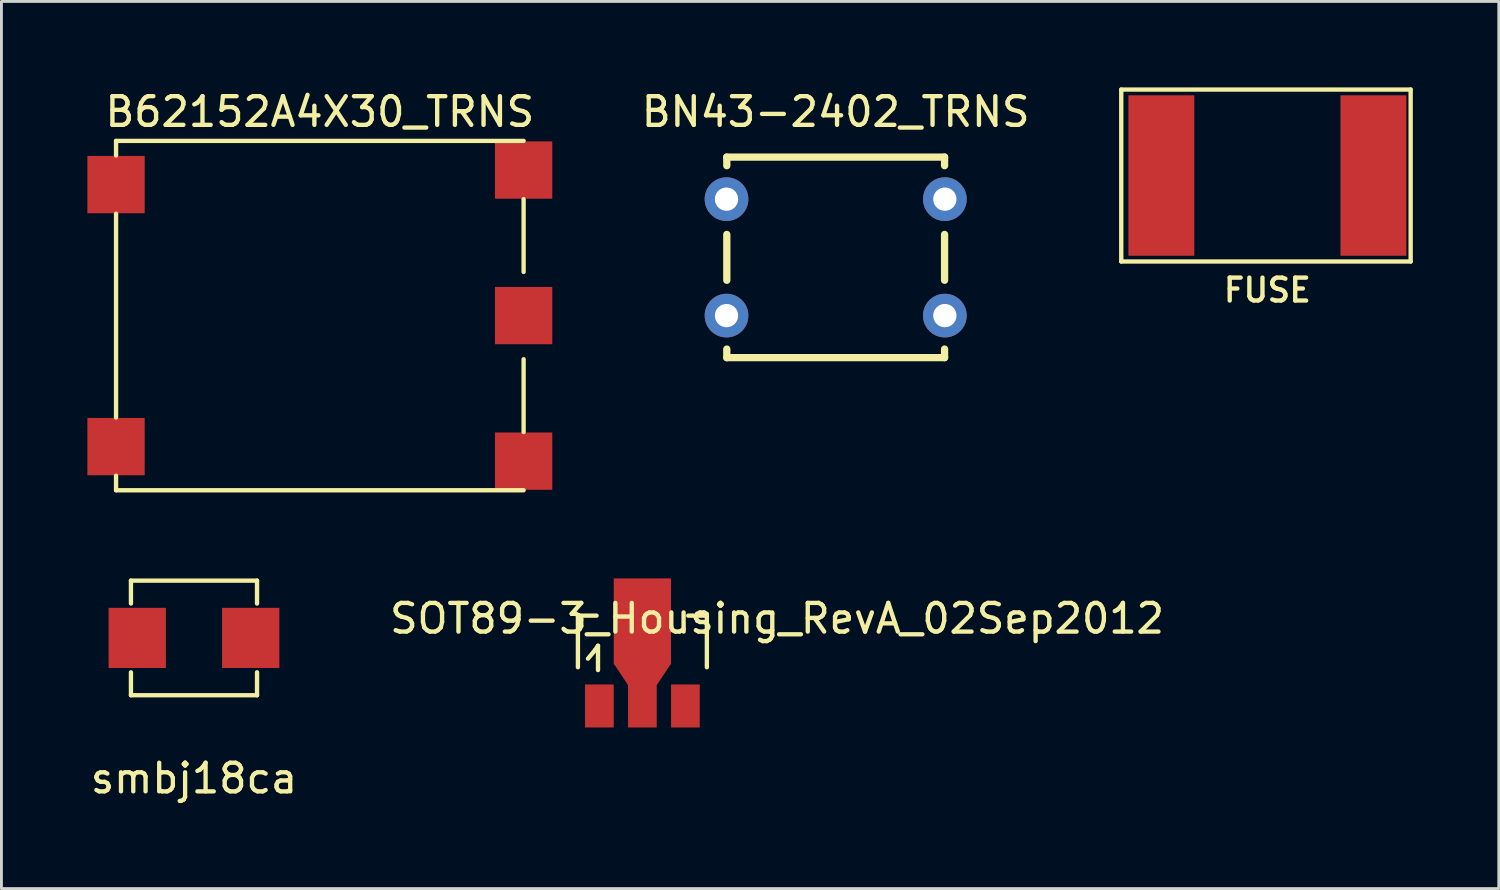
<source format=kicad_pcb>
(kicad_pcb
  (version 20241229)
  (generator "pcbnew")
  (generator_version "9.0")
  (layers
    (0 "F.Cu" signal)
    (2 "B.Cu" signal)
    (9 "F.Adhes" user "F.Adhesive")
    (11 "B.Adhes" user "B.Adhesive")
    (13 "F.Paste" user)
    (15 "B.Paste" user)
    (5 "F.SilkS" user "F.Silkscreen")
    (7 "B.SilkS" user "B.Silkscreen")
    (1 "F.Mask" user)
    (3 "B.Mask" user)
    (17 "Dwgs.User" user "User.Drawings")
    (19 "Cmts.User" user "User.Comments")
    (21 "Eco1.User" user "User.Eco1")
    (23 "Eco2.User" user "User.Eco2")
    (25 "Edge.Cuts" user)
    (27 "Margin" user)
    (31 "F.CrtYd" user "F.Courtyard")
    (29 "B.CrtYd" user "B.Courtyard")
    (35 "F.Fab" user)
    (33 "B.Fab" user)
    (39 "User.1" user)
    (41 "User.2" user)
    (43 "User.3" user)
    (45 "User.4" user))
  (footprint "SOT89-3_Housing_RevA_02Sep2012"
    (layer "F.Cu")
    (at 19.369 19.736)
    (property "Reference" "SOT89-3_Housing_RevA_02Sep2012" (at 4.7 -1.2 0) (layer "F.SilkS") (effects (font (size 1 1) (thickness 0.152))))
    (attr smd)
    (fp_line (start -2.25 -1.3) (end -2.25 0.5) (stroke (width 0.152) (type solid)) (layer "F.SilkS"))
    (fp_line (start -2.25 -1.3) (end -1.6 -1.3) (stroke (width 0.152) (type solid)) (layer "F.SilkS"))
    (fp_line (start -1.9 0.201) (end -1.651 -0.099) (stroke (width 0.152) (type solid)) (layer "F.SilkS"))
    (fp_line (start -1.651 -0.099) (end -1.549 -0.249) (stroke (width 0.152) (type solid)) (layer "F.SilkS"))
    (fp_line (start -1.549 -0.249) (end -1.549 0.599) (stroke (width 0.152) (type solid)) (layer "F.SilkS"))
    (fp_line (start 2.25 -1.3) (end 1.6 -1.3) (stroke (width 0.152) (type solid)) (layer "F.SilkS"))
    (fp_line (start 2.25 -1.3) (end 2.25 0.5) (stroke (width 0.152) (type solid)) (layer "F.SilkS"))
    (pad "1" smd rect (at -1.501 1.852) (size 1.001 1.501) (layers "F.Cu" "F.Mask" "F.Paste"))
    (pad "2" smd rect (at 0 -1.1) (size 1.999 3) (layers "F.Cu" "F.Mask" "F.Paste"))
    (pad "2" smd trapezoid (at 0 0.749 180) (size 1.501 0.749) (rect_delta 0 0.5) (layers "F.Cu" "F.Mask" "F.Paste"))
    (pad "2" smd rect (at 0 1.852) (size 1.001 1.501) (layers "F.Cu" "F.Mask" "F.Paste"))
    (pad "3" smd rect (at 1.501 1.852) (size 1.001 1.501) (layers "F.Cu" "F.Mask" "F.Paste")))
  (footprint "BN43-2402_TRNS"
    (layer "F.Cu")
    (at 26.115 5.932)
    (property "Reference" "BN43-2402_TRNS" (at 0 -5.08 0) (layer "F.SilkS") (effects (font (size 1 1) (thickness 0.152))))
    (attr through_hole)
    (fp_line (start -3.8 -3.5) (end 3.8 -3.5) (stroke (width 0.254) (type solid)) (layer "F.SilkS"))
    (fp_line (start -3.8 -3.2) (end -3.8 -3.5) (stroke (width 0.254) (type solid)) (layer "F.SilkS"))
    (fp_line (start -3.8 -0.8) (end -3.8 0.8) (stroke (width 0.254) (type solid)) (layer "F.SilkS"))
    (fp_line (start -3.8 3.2) (end -3.8 3.5) (stroke (width 0.254) (type solid)) (layer "F.SilkS"))
    (fp_line (start 3.8 -3.2) (end 3.8 -3.5) (stroke (width 0.254) (type solid)) (layer "F.SilkS"))
    (fp_line (start 3.8 -0.8) (end 3.8 0.8) (stroke (width 0.254) (type solid)) (layer "F.SilkS"))
    (fp_line (start 3.8 3.2) (end 3.8 3.5) (stroke (width 0.254) (type solid)) (layer "F.SilkS"))
    (fp_line (start 3.8 3.5) (end -3.8 3.5) (stroke (width 0.254) (type solid)) (layer "F.SilkS"))
    (pad "1" thru_hole circle (at -3.81 2.032) (size 1.524 1.524) (drill 0.813) (layers "*.Cu" "*.Mask"))
    (pad "2" thru_hole circle (at -3.81 -2.032) (size 1.524 1.524) (drill 0.813) (layers "*.Cu" "*.Mask"))
    (pad "3" thru_hole circle (at 3.81 2.032) (size 1.524 1.524) (drill 0.813) (layers "*.Cu" "*.Mask"))
    (pad "4" thru_hole circle (at 3.81 -2.032) (size 1.524 1.524) (drill 0.813) (layers "*.Cu" "*.Mask")))
  (footprint "smbj18ca"
    (layer "F.Cu")
    (at 3.72 19.213)
    (property "Reference" "smbj18ca" (at 0 4.9 0) (layer "F.SilkS") (effects (font (size 1 1) (thickness 0.15))))
    (attr through_hole)
    (fp_line (start -2.2 -2) (end 2.2 -2) (stroke (width 0.152) (type solid)) (layer "F.SilkS"))
    (fp_line (start -2.2 -1.2) (end -2.2 -2) (stroke (width 0.152) (type solid)) (layer "F.SilkS"))
    (fp_line (start -2.2 1.2) (end -2.2 2) (stroke (width 0.152) (type solid)) (layer "F.SilkS"))
    (fp_line (start -2.2 2) (end 2.2 2) (stroke (width 0.152) (type solid)) (layer "F.SilkS"))
    (fp_line (start 2.2 -2) (end 2.2 -1.2) (stroke (width 0.152) (type solid)) (layer "F.SilkS"))
    (fp_line (start 2.2 2) (end 2.2 1.2) (stroke (width 0.152) (type solid)) (layer "F.SilkS"))
    (pad "1" smd rect (at -1.98 0) (size 2 2.1) (layers "F.Cu" "F.Mask" "F.Paste"))
    (pad "2" smd rect (at 1.98 0) (size 2 2.1) (layers "F.Cu" "F.Mask" "F.Paste")))
  (footprint "B62152A4X30_TRNS"
    (layer "F.Cu")
    (at 8.112 7.964)
    (property "Reference" "B62152A4X30_TRNS" (at 0 -7.112 0) (layer "F.SilkS") (effects (font (size 1 1) (thickness 0.152))))
    (attr through_hole)
    (fp_line (start -7.112 -6.096) (end -7.112 -5.588) (stroke (width 0.152) (type solid)) (layer "F.SilkS"))
    (fp_line (start -7.112 -3.556) (end -7.112 3.556) (stroke (width 0.152) (type solid)) (layer "F.SilkS"))
    (fp_line (start -7.112 5.588) (end -7.112 6.096) (stroke (width 0.152) (type solid)) (layer "F.SilkS"))
    (fp_line (start 7.112 -6.096) (end -7.112 -6.096) (stroke (width 0.152) (type solid)) (layer "F.SilkS"))
    (fp_line (start 7.112 -1.524) (end 7.112 -4.064) (stroke (width 0.152) (type solid)) (layer "F.SilkS"))
    (fp_line (start 7.112 4.064) (end 7.112 1.524) (stroke (width 0.152) (type solid)) (layer "F.SilkS"))
    (fp_line (start 7.112 6.096) (end -7.112 6.096) (stroke (width 0.152) (type solid)) (layer "F.SilkS"))
    (pad "1" smd rect (at 7.112 5.08) (size 2 2) (layers "F.Cu" "F.Mask" "F.Paste"))
    (pad "2" smd rect (at 7.112 0) (size 2 2) (layers "F.Cu" "F.Mask" "F.Paste"))
    (pad "3" smd rect (at 7.112 -5.08) (size 2 2) (layers "F.Cu" "F.Mask" "F.Paste"))
    (pad "4" smd rect (at -7.112 4.572) (size 2 2) (layers "F.Cu" "F.Mask" "F.Paste"))
    (pad "5" smd rect (at -7.112 -4.572) (size 2 2) (layers "F.Cu" "F.Mask" "F.Paste")))
  (footprint "FUSE"
    (layer "F.Cu")
    (at 41.181 3.076)
    (property "Reference" "FUSE" (at 0 4 0) (layer "F.SilkS") (effects (font (size 0.8 0.8) (thickness 0.152))))
    (attr through_hole)
    (fp_line (start -5.1 -3) (end 5 -3) (stroke (width 0.152) (type solid)) (layer "F.SilkS"))
    (fp_line (start -5.1 3) (end -5.1 -3) (stroke (width 0.152) (type solid)) (layer "F.SilkS"))
    (fp_line (start 5 -3) (end 5 3) (stroke (width 0.152) (type solid)) (layer "F.SilkS"))
    (fp_line (start 5 3) (end -5.1 3) (stroke (width 0.152) (type solid)) (layer "F.SilkS"))
    (pad "1" smd rect (at -3.7 0) (size 2.3 5.6) (layers "F.Cu" "F.Mask" "F.Paste"))
    (pad "2" smd rect (at 3.7 0) (size 2.3 5.6) (layers "F.Cu" "F.Mask" "F.Paste")))
  (gr_rect
    (start -3 -3)
    (end 49.257 27.961)
    (stroke (width 0.1) (type default))
    (fill no)
    (layer "Edge.Cuts")))
</source>
